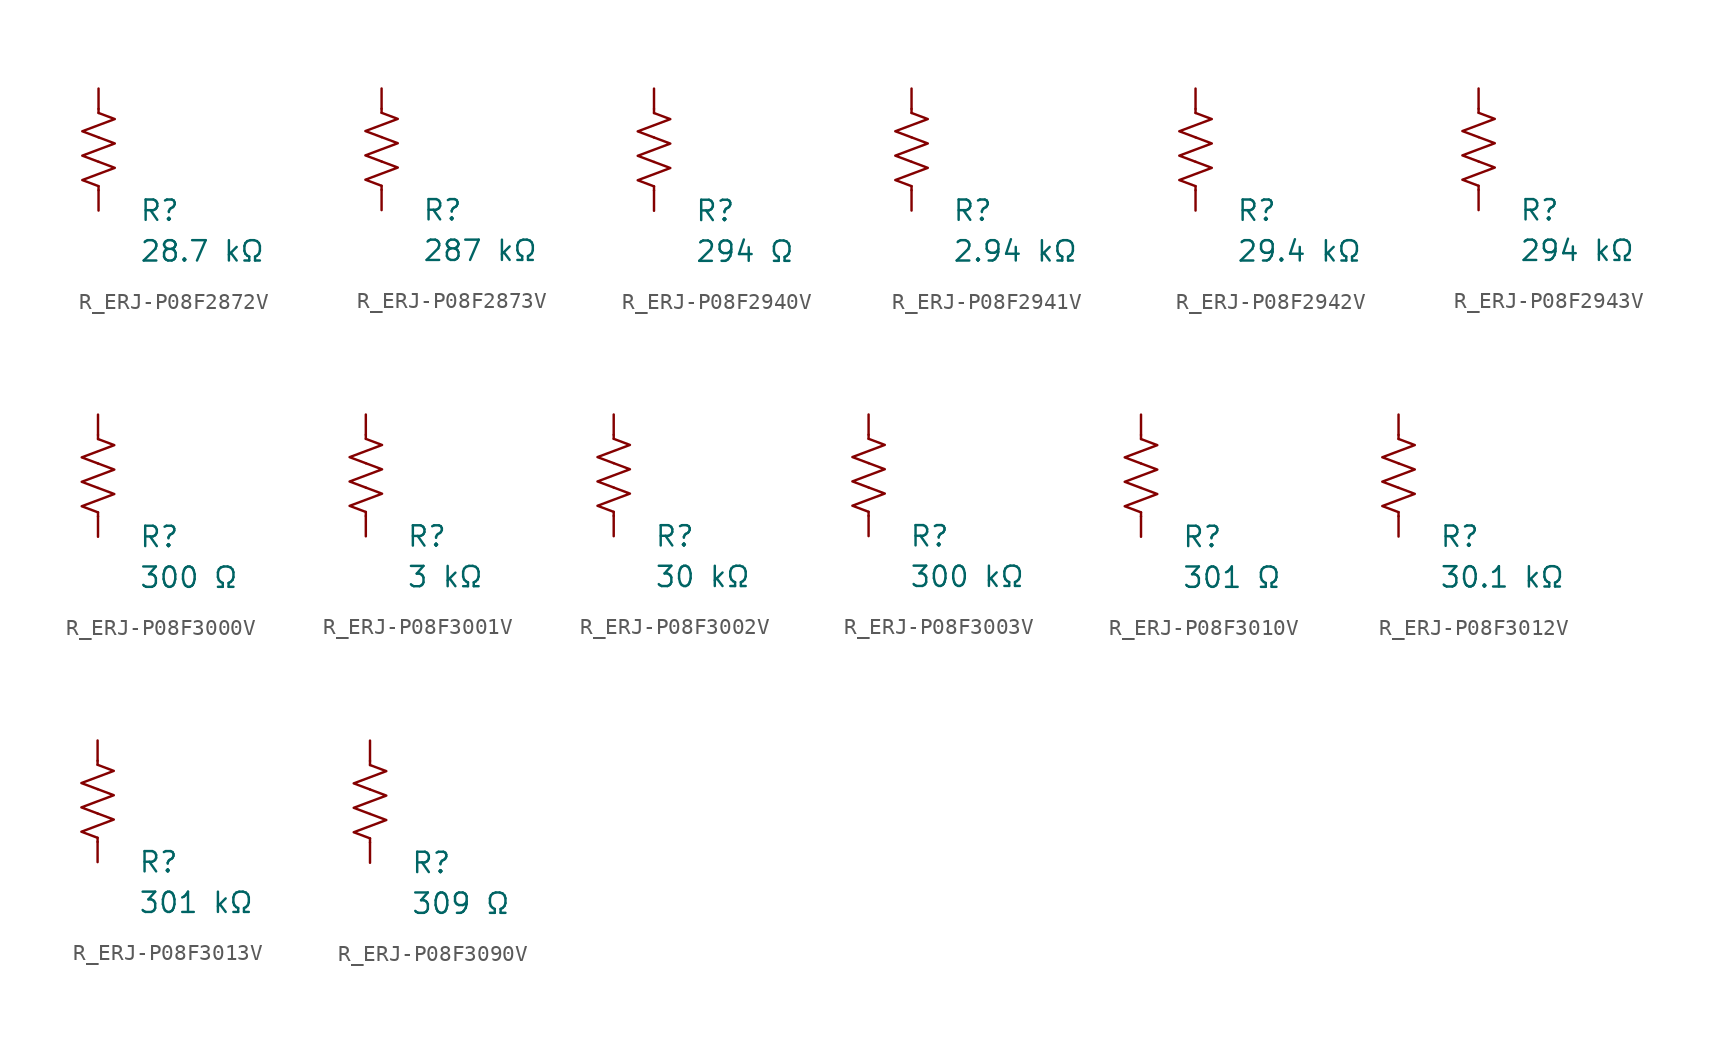
<source format=kicad_sym>
(kicad_symbol_lib
  (version 20231120)
  (generator "kicad_symbol_editor")
  (generator_version "8.0")
  (symbol "R_ERJ-P08F2872V"
    (pin_numbers hide)
    (pin_names
      (offset 0))
    (property "Reference" "R"
      (at 2.54 -3.81 0)
      (effects (font (size 1.27 1.27)) (justify left))
      (show_name no))
    (property "Value" "28.7 kΩ"
      (at 2.54 -6.35 0)
      (effects (font (size 1.27 1.27)) (justify left))
      (show_name no))
    (symbol "R_ERJ-P08F2872V_0_1"
      (polyline (pts (xy 0 -2.286) (xy 0 -2.54)) (stroke (width 0) (type default)) (fill (type none)))
      (polyline (pts (xy 0 2.286) (xy 0 2.54)) (stroke (width 0) (type default)) (fill (type none)))
      (polyline (pts (xy 0 -0.762) (xy 1.016 -1.143) (xy 0 -1.524) (xy -1.016 -1.905) (xy 0 -2.286)) (stroke (width 0) (type default)) (fill (type none)))
      (polyline (pts (xy 0 0.762) (xy 1.016 0.381) (xy 0 0) (xy -1.016 -0.381) (xy 0 -0.762)) (stroke (width 0) (type default)) (fill (type none)))
      (polyline (pts (xy 0 2.286) (xy 1.016 1.905) (xy 0 1.524) (xy -1.016 1.143) (xy 0 0.762)) (stroke (width 0) (type default)) (fill (type none))))
    (symbol "R_ERJ-P08F2872V_1_1"
      (pin passive line (at 0 3.81 270) (length 1.27) (name "~" (effects (font (size 1.27 1.27)))) (number "1" (effects (font (size 1.27 1.27)))))
      (pin passive line (at 0 -3.81 90) (length 1.27) (name "~" (effects (font (size 1.27 1.27)))) (number "2" (effects (font (size 1.27 1.27)))))))
  (symbol "R_ERJ-P08F2873V"
    (pin_numbers hide)
    (pin_names
      (offset 0))
    (property "Reference" "R"
      (at 2.54 -3.81 0)
      (effects (font (size 1.27 1.27)) (justify left))
      (show_name no))
    (property "Value" "287 kΩ"
      (at 2.54 -6.35 0)
      (effects (font (size 1.27 1.27)) (justify left))
      (show_name no))
    (symbol "R_ERJ-P08F2873V_0_1"
      (polyline (pts (xy 0 -2.286) (xy 0 -2.54)) (stroke (width 0) (type default)) (fill (type none)))
      (polyline (pts (xy 0 2.286) (xy 0 2.54)) (stroke (width 0) (type default)) (fill (type none)))
      (polyline (pts (xy 0 -0.762) (xy 1.016 -1.143) (xy 0 -1.524) (xy -1.016 -1.905) (xy 0 -2.286)) (stroke (width 0) (type default)) (fill (type none)))
      (polyline (pts (xy 0 0.762) (xy 1.016 0.381) (xy 0 0) (xy -1.016 -0.381) (xy 0 -0.762)) (stroke (width 0) (type default)) (fill (type none)))
      (polyline (pts (xy 0 2.286) (xy 1.016 1.905) (xy 0 1.524) (xy -1.016 1.143) (xy 0 0.762)) (stroke (width 0) (type default)) (fill (type none))))
    (symbol "R_ERJ-P08F2873V_1_1"
      (pin passive line (at 0 3.81 270) (length 1.27) (name "~" (effects (font (size 1.27 1.27)))) (number "1" (effects (font (size 1.27 1.27)))))
      (pin passive line (at 0 -3.81 90) (length 1.27) (name "~" (effects (font (size 1.27 1.27)))) (number "2" (effects (font (size 1.27 1.27)))))))
  (symbol "R_ERJ-P08F2940V"
    (pin_numbers hide)
    (pin_names
      (offset 0))
    (property "Reference" "R"
      (at 2.54 -3.81 0)
      (effects (font (size 1.27 1.27)) (justify left))
      (show_name no))
    (property "Value" "294 Ω"
      (at 2.54 -6.35 0)
      (effects (font (size 1.27 1.27)) (justify left))
      (show_name no))
    (symbol "R_ERJ-P08F2940V_0_1"
      (polyline (pts (xy 0 -2.286) (xy 0 -2.54)) (stroke (width 0) (type default)) (fill (type none)))
      (polyline (pts (xy 0 2.286) (xy 0 2.54)) (stroke (width 0) (type default)) (fill (type none)))
      (polyline (pts (xy 0 -0.762) (xy 1.016 -1.143) (xy 0 -1.524) (xy -1.016 -1.905) (xy 0 -2.286)) (stroke (width 0) (type default)) (fill (type none)))
      (polyline (pts (xy 0 0.762) (xy 1.016 0.381) (xy 0 0) (xy -1.016 -0.381) (xy 0 -0.762)) (stroke (width 0) (type default)) (fill (type none)))
      (polyline (pts (xy 0 2.286) (xy 1.016 1.905) (xy 0 1.524) (xy -1.016 1.143) (xy 0 0.762)) (stroke (width 0) (type default)) (fill (type none))))
    (symbol "R_ERJ-P08F2940V_1_1"
      (pin passive line (at 0 3.81 270) (length 1.27) (name "~" (effects (font (size 1.27 1.27)))) (number "1" (effects (font (size 1.27 1.27)))))
      (pin passive line (at 0 -3.81 90) (length 1.27) (name "~" (effects (font (size 1.27 1.27)))) (number "2" (effects (font (size 1.27 1.27)))))))
  (symbol "R_ERJ-P08F2941V"
    (pin_numbers hide)
    (pin_names
      (offset 0))
    (property "Reference" "R"
      (at 2.54 -3.81 0)
      (effects (font (size 1.27 1.27)) (justify left))
      (show_name no))
    (property "Value" "2.94 kΩ"
      (at 2.54 -6.35 0)
      (effects (font (size 1.27 1.27)) (justify left))
      (show_name no))
    (symbol "R_ERJ-P08F2941V_0_1"
      (polyline (pts (xy 0 -2.286) (xy 0 -2.54)) (stroke (width 0) (type default)) (fill (type none)))
      (polyline (pts (xy 0 2.286) (xy 0 2.54)) (stroke (width 0) (type default)) (fill (type none)))
      (polyline (pts (xy 0 -0.762) (xy 1.016 -1.143) (xy 0 -1.524) (xy -1.016 -1.905) (xy 0 -2.286)) (stroke (width 0) (type default)) (fill (type none)))
      (polyline (pts (xy 0 0.762) (xy 1.016 0.381) (xy 0 0) (xy -1.016 -0.381) (xy 0 -0.762)) (stroke (width 0) (type default)) (fill (type none)))
      (polyline (pts (xy 0 2.286) (xy 1.016 1.905) (xy 0 1.524) (xy -1.016 1.143) (xy 0 0.762)) (stroke (width 0) (type default)) (fill (type none))))
    (symbol "R_ERJ-P08F2941V_1_1"
      (pin passive line (at 0 3.81 270) (length 1.27) (name "~" (effects (font (size 1.27 1.27)))) (number "1" (effects (font (size 1.27 1.27)))))
      (pin passive line (at 0 -3.81 90) (length 1.27) (name "~" (effects (font (size 1.27 1.27)))) (number "2" (effects (font (size 1.27 1.27)))))))
  (symbol "R_ERJ-P08F2942V"
    (pin_numbers hide)
    (pin_names
      (offset 0))
    (property "Reference" "R"
      (at 2.54 -3.81 0)
      (effects (font (size 1.27 1.27)) (justify left))
      (show_name no))
    (property "Value" "29.4 kΩ"
      (at 2.54 -6.35 0)
      (effects (font (size 1.27 1.27)) (justify left))
      (show_name no))
    (symbol "R_ERJ-P08F2942V_0_1"
      (polyline (pts (xy 0 -2.286) (xy 0 -2.54)) (stroke (width 0) (type default)) (fill (type none)))
      (polyline (pts (xy 0 2.286) (xy 0 2.54)) (stroke (width 0) (type default)) (fill (type none)))
      (polyline (pts (xy 0 -0.762) (xy 1.016 -1.143) (xy 0 -1.524) (xy -1.016 -1.905) (xy 0 -2.286)) (stroke (width 0) (type default)) (fill (type none)))
      (polyline (pts (xy 0 0.762) (xy 1.016 0.381) (xy 0 0) (xy -1.016 -0.381) (xy 0 -0.762)) (stroke (width 0) (type default)) (fill (type none)))
      (polyline (pts (xy 0 2.286) (xy 1.016 1.905) (xy 0 1.524) (xy -1.016 1.143) (xy 0 0.762)) (stroke (width 0) (type default)) (fill (type none))))
    (symbol "R_ERJ-P08F2942V_1_1"
      (pin passive line (at 0 3.81 270) (length 1.27) (name "~" (effects (font (size 1.27 1.27)))) (number "1" (effects (font (size 1.27 1.27)))))
      (pin passive line (at 0 -3.81 90) (length 1.27) (name "~" (effects (font (size 1.27 1.27)))) (number "2" (effects (font (size 1.27 1.27)))))))
  (symbol "R_ERJ-P08F2943V"
    (pin_numbers hide)
    (pin_names
      (offset 0))
    (property "Reference" "R"
      (at 2.54 -3.81 0)
      (effects (font (size 1.27 1.27)) (justify left))
      (show_name no))
    (property "Value" "294 kΩ"
      (at 2.54 -6.35 0)
      (effects (font (size 1.27 1.27)) (justify left))
      (show_name no))
    (symbol "R_ERJ-P08F2943V_0_1"
      (polyline (pts (xy 0 -2.286) (xy 0 -2.54)) (stroke (width 0) (type default)) (fill (type none)))
      (polyline (pts (xy 0 2.286) (xy 0 2.54)) (stroke (width 0) (type default)) (fill (type none)))
      (polyline (pts (xy 0 -0.762) (xy 1.016 -1.143) (xy 0 -1.524) (xy -1.016 -1.905) (xy 0 -2.286)) (stroke (width 0) (type default)) (fill (type none)))
      (polyline (pts (xy 0 0.762) (xy 1.016 0.381) (xy 0 0) (xy -1.016 -0.381) (xy 0 -0.762)) (stroke (width 0) (type default)) (fill (type none)))
      (polyline (pts (xy 0 2.286) (xy 1.016 1.905) (xy 0 1.524) (xy -1.016 1.143) (xy 0 0.762)) (stroke (width 0) (type default)) (fill (type none))))
    (symbol "R_ERJ-P08F2943V_1_1"
      (pin passive line (at 0 3.81 270) (length 1.27) (name "~" (effects (font (size 1.27 1.27)))) (number "1" (effects (font (size 1.27 1.27)))))
      (pin passive line (at 0 -3.81 90) (length 1.27) (name "~" (effects (font (size 1.27 1.27)))) (number "2" (effects (font (size 1.27 1.27)))))))
  (symbol "R_ERJ-P08F3000V"
    (pin_numbers hide)
    (pin_names
      (offset 0))
    (property "Reference" "R"
      (at 2.54 -3.81 0)
      (effects (font (size 1.27 1.27)) (justify left))
      (show_name no))
    (property "Value" "300 Ω"
      (at 2.54 -6.35 0)
      (effects (font (size 1.27 1.27)) (justify left))
      (show_name no))
    (symbol "R_ERJ-P08F3000V_0_1"
      (polyline (pts (xy 0 -2.286) (xy 0 -2.54)) (stroke (width 0) (type default)) (fill (type none)))
      (polyline (pts (xy 0 2.286) (xy 0 2.54)) (stroke (width 0) (type default)) (fill (type none)))
      (polyline (pts (xy 0 -0.762) (xy 1.016 -1.143) (xy 0 -1.524) (xy -1.016 -1.905) (xy 0 -2.286)) (stroke (width 0) (type default)) (fill (type none)))
      (polyline (pts (xy 0 0.762) (xy 1.016 0.381) (xy 0 0) (xy -1.016 -0.381) (xy 0 -0.762)) (stroke (width 0) (type default)) (fill (type none)))
      (polyline (pts (xy 0 2.286) (xy 1.016 1.905) (xy 0 1.524) (xy -1.016 1.143) (xy 0 0.762)) (stroke (width 0) (type default)) (fill (type none))))
    (symbol "R_ERJ-P08F3000V_1_1"
      (pin passive line (at 0 3.81 270) (length 1.27) (name "~" (effects (font (size 1.27 1.27)))) (number "1" (effects (font (size 1.27 1.27)))))
      (pin passive line (at 0 -3.81 90) (length 1.27) (name "~" (effects (font (size 1.27 1.27)))) (number "2" (effects (font (size 1.27 1.27)))))))
  (symbol "R_ERJ-P08F3001V"
    (pin_numbers hide)
    (pin_names
      (offset 0))
    (property "Reference" "R"
      (at 2.54 -3.81 0)
      (effects (font (size 1.27 1.27)) (justify left))
      (show_name no))
    (property "Value" "3 kΩ"
      (at 2.54 -6.35 0)
      (effects (font (size 1.27 1.27)) (justify left))
      (show_name no))
    (symbol "R_ERJ-P08F3001V_0_1"
      (polyline (pts (xy 0 -2.286) (xy 0 -2.54)) (stroke (width 0) (type default)) (fill (type none)))
      (polyline (pts (xy 0 2.286) (xy 0 2.54)) (stroke (width 0) (type default)) (fill (type none)))
      (polyline (pts (xy 0 -0.762) (xy 1.016 -1.143) (xy 0 -1.524) (xy -1.016 -1.905) (xy 0 -2.286)) (stroke (width 0) (type default)) (fill (type none)))
      (polyline (pts (xy 0 0.762) (xy 1.016 0.381) (xy 0 0) (xy -1.016 -0.381) (xy 0 -0.762)) (stroke (width 0) (type default)) (fill (type none)))
      (polyline (pts (xy 0 2.286) (xy 1.016 1.905) (xy 0 1.524) (xy -1.016 1.143) (xy 0 0.762)) (stroke (width 0) (type default)) (fill (type none))))
    (symbol "R_ERJ-P08F3001V_1_1"
      (pin passive line (at 0 3.81 270) (length 1.27) (name "~" (effects (font (size 1.27 1.27)))) (number "1" (effects (font (size 1.27 1.27)))))
      (pin passive line (at 0 -3.81 90) (length 1.27) (name "~" (effects (font (size 1.27 1.27)))) (number "2" (effects (font (size 1.27 1.27)))))))
  (symbol "R_ERJ-P08F3002V"
    (pin_numbers hide)
    (pin_names
      (offset 0))
    (property "Reference" "R"
      (at 2.54 -3.81 0)
      (effects (font (size 1.27 1.27)) (justify left))
      (show_name no))
    (property "Value" "30 kΩ"
      (at 2.54 -6.35 0)
      (effects (font (size 1.27 1.27)) (justify left))
      (show_name no))
    (symbol "R_ERJ-P08F3002V_0_1"
      (polyline (pts (xy 0 -2.286) (xy 0 -2.54)) (stroke (width 0) (type default)) (fill (type none)))
      (polyline (pts (xy 0 2.286) (xy 0 2.54)) (stroke (width 0) (type default)) (fill (type none)))
      (polyline (pts (xy 0 -0.762) (xy 1.016 -1.143) (xy 0 -1.524) (xy -1.016 -1.905) (xy 0 -2.286)) (stroke (width 0) (type default)) (fill (type none)))
      (polyline (pts (xy 0 0.762) (xy 1.016 0.381) (xy 0 0) (xy -1.016 -0.381) (xy 0 -0.762)) (stroke (width 0) (type default)) (fill (type none)))
      (polyline (pts (xy 0 2.286) (xy 1.016 1.905) (xy 0 1.524) (xy -1.016 1.143) (xy 0 0.762)) (stroke (width 0) (type default)) (fill (type none))))
    (symbol "R_ERJ-P08F3002V_1_1"
      (pin passive line (at 0 3.81 270) (length 1.27) (name "~" (effects (font (size 1.27 1.27)))) (number "1" (effects (font (size 1.27 1.27)))))
      (pin passive line (at 0 -3.81 90) (length 1.27) (name "~" (effects (font (size 1.27 1.27)))) (number "2" (effects (font (size 1.27 1.27)))))))
  (symbol "R_ERJ-P08F3003V"
    (pin_numbers hide)
    (pin_names
      (offset 0))
    (property "Reference" "R"
      (at 2.54 -3.81 0)
      (effects (font (size 1.27 1.27)) (justify left))
      (show_name no))
    (property "Value" "300 kΩ"
      (at 2.54 -6.35 0)
      (effects (font (size 1.27 1.27)) (justify left))
      (show_name no))
    (symbol "R_ERJ-P08F3003V_0_1"
      (polyline (pts (xy 0 -2.286) (xy 0 -2.54)) (stroke (width 0) (type default)) (fill (type none)))
      (polyline (pts (xy 0 2.286) (xy 0 2.54)) (stroke (width 0) (type default)) (fill (type none)))
      (polyline (pts (xy 0 -0.762) (xy 1.016 -1.143) (xy 0 -1.524) (xy -1.016 -1.905) (xy 0 -2.286)) (stroke (width 0) (type default)) (fill (type none)))
      (polyline (pts (xy 0 0.762) (xy 1.016 0.381) (xy 0 0) (xy -1.016 -0.381) (xy 0 -0.762)) (stroke (width 0) (type default)) (fill (type none)))
      (polyline (pts (xy 0 2.286) (xy 1.016 1.905) (xy 0 1.524) (xy -1.016 1.143) (xy 0 0.762)) (stroke (width 0) (type default)) (fill (type none))))
    (symbol "R_ERJ-P08F3003V_1_1"
      (pin passive line (at 0 3.81 270) (length 1.27) (name "~" (effects (font (size 1.27 1.27)))) (number "1" (effects (font (size 1.27 1.27)))))
      (pin passive line (at 0 -3.81 90) (length 1.27) (name "~" (effects (font (size 1.27 1.27)))) (number "2" (effects (font (size 1.27 1.27)))))))
  (symbol "R_ERJ-P08F3010V"
    (pin_numbers hide)
    (pin_names
      (offset 0))
    (property "Reference" "R"
      (at 2.54 -3.81 0)
      (effects (font (size 1.27 1.27)) (justify left))
      (show_name no))
    (property "Value" "301 Ω"
      (at 2.54 -6.35 0)
      (effects (font (size 1.27 1.27)) (justify left))
      (show_name no))
    (symbol "R_ERJ-P08F3010V_0_1"
      (polyline (pts (xy 0 -2.286) (xy 0 -2.54)) (stroke (width 0) (type default)) (fill (type none)))
      (polyline (pts (xy 0 2.286) (xy 0 2.54)) (stroke (width 0) (type default)) (fill (type none)))
      (polyline (pts (xy 0 -0.762) (xy 1.016 -1.143) (xy 0 -1.524) (xy -1.016 -1.905) (xy 0 -2.286)) (stroke (width 0) (type default)) (fill (type none)))
      (polyline (pts (xy 0 0.762) (xy 1.016 0.381) (xy 0 0) (xy -1.016 -0.381) (xy 0 -0.762)) (stroke (width 0) (type default)) (fill (type none)))
      (polyline (pts (xy 0 2.286) (xy 1.016 1.905) (xy 0 1.524) (xy -1.016 1.143) (xy 0 0.762)) (stroke (width 0) (type default)) (fill (type none))))
    (symbol "R_ERJ-P08F3010V_1_1"
      (pin passive line (at 0 3.81 270) (length 1.27) (name "~" (effects (font (size 1.27 1.27)))) (number "1" (effects (font (size 1.27 1.27)))))
      (pin passive line (at 0 -3.81 90) (length 1.27) (name "~" (effects (font (size 1.27 1.27)))) (number "2" (effects (font (size 1.27 1.27)))))))
  (symbol "R_ERJ-P08F3012V"
    (pin_numbers hide)
    (pin_names
      (offset 0))
    (property "Reference" "R"
      (at 2.54 -3.81 0)
      (effects (font (size 1.27 1.27)) (justify left))
      (show_name no))
    (property "Value" "30.1 kΩ"
      (at 2.54 -6.35 0)
      (effects (font (size 1.27 1.27)) (justify left))
      (show_name no))
    (symbol "R_ERJ-P08F3012V_0_1"
      (polyline (pts (xy 0 -2.286) (xy 0 -2.54)) (stroke (width 0) (type default)) (fill (type none)))
      (polyline (pts (xy 0 2.286) (xy 0 2.54)) (stroke (width 0) (type default)) (fill (type none)))
      (polyline (pts (xy 0 -0.762) (xy 1.016 -1.143) (xy 0 -1.524) (xy -1.016 -1.905) (xy 0 -2.286)) (stroke (width 0) (type default)) (fill (type none)))
      (polyline (pts (xy 0 0.762) (xy 1.016 0.381) (xy 0 0) (xy -1.016 -0.381) (xy 0 -0.762)) (stroke (width 0) (type default)) (fill (type none)))
      (polyline (pts (xy 0 2.286) (xy 1.016 1.905) (xy 0 1.524) (xy -1.016 1.143) (xy 0 0.762)) (stroke (width 0) (type default)) (fill (type none))))
    (symbol "R_ERJ-P08F3012V_1_1"
      (pin passive line (at 0 3.81 270) (length 1.27) (name "~" (effects (font (size 1.27 1.27)))) (number "1" (effects (font (size 1.27 1.27)))))
      (pin passive line (at 0 -3.81 90) (length 1.27) (name "~" (effects (font (size 1.27 1.27)))) (number "2" (effects (font (size 1.27 1.27)))))))
  (symbol "R_ERJ-P08F3013V"
    (pin_numbers hide)
    (pin_names
      (offset 0))
    (property "Reference" "R"
      (at 2.54 -3.81 0)
      (effects (font (size 1.27 1.27)) (justify left))
      (show_name no))
    (property "Value" "301 kΩ"
      (at 2.54 -6.35 0)
      (effects (font (size 1.27 1.27)) (justify left))
      (show_name no))
    (symbol "R_ERJ-P08F3013V_0_1"
      (polyline (pts (xy 0 -2.286) (xy 0 -2.54)) (stroke (width 0) (type default)) (fill (type none)))
      (polyline (pts (xy 0 2.286) (xy 0 2.54)) (stroke (width 0) (type default)) (fill (type none)))
      (polyline (pts (xy 0 -0.762) (xy 1.016 -1.143) (xy 0 -1.524) (xy -1.016 -1.905) (xy 0 -2.286)) (stroke (width 0) (type default)) (fill (type none)))
      (polyline (pts (xy 0 0.762) (xy 1.016 0.381) (xy 0 0) (xy -1.016 -0.381) (xy 0 -0.762)) (stroke (width 0) (type default)) (fill (type none)))
      (polyline (pts (xy 0 2.286) (xy 1.016 1.905) (xy 0 1.524) (xy -1.016 1.143) (xy 0 0.762)) (stroke (width 0) (type default)) (fill (type none))))
    (symbol "R_ERJ-P08F3013V_1_1"
      (pin passive line (at 0 3.81 270) (length 1.27) (name "~" (effects (font (size 1.27 1.27)))) (number "1" (effects (font (size 1.27 1.27)))))
      (pin passive line (at 0 -3.81 90) (length 1.27) (name "~" (effects (font (size 1.27 1.27)))) (number "2" (effects (font (size 1.27 1.27)))))))
  (symbol "R_ERJ-P08F3090V"
    (pin_numbers hide)
    (pin_names
      (offset 0))
    (property "Reference" "R"
      (at 2.54 -3.81 0)
      (effects (font (size 1.27 1.27)) (justify left))
      (show_name no))
    (property "Value" "309 Ω"
      (at 2.54 -6.35 0)
      (effects (font (size 1.27 1.27)) (justify left))
      (show_name no))
    (symbol "R_ERJ-P08F3090V_0_1"
      (polyline (pts (xy 0 -2.286) (xy 0 -2.54)) (stroke (width 0) (type default)) (fill (type none)))
      (polyline (pts (xy 0 2.286) (xy 0 2.54)) (stroke (width 0) (type default)) (fill (type none)))
      (polyline (pts (xy 0 -0.762) (xy 1.016 -1.143) (xy 0 -1.524) (xy -1.016 -1.905) (xy 0 -2.286)) (stroke (width 0) (type default)) (fill (type none)))
      (polyline (pts (xy 0 0.762) (xy 1.016 0.381) (xy 0 0) (xy -1.016 -0.381) (xy 0 -0.762)) (stroke (width 0) (type default)) (fill (type none)))
      (polyline (pts (xy 0 2.286) (xy 1.016 1.905) (xy 0 1.524) (xy -1.016 1.143) (xy 0 0.762)) (stroke (width 0) (type default)) (fill (type none))))
    (symbol "R_ERJ-P08F3090V_1_1"
      (pin passive line (at 0 3.81 270) (length 1.27) (name "~" (effects (font (size 1.27 1.27)))) (number "1" (effects (font (size 1.27 1.27)))))
      (pin passive line (at 0 -3.81 90) (length 1.27) (name "~" (effects (font (size 1.27 1.27)))) (number "2" (effects (font (size 1.27 1.27))))))))
</source>
